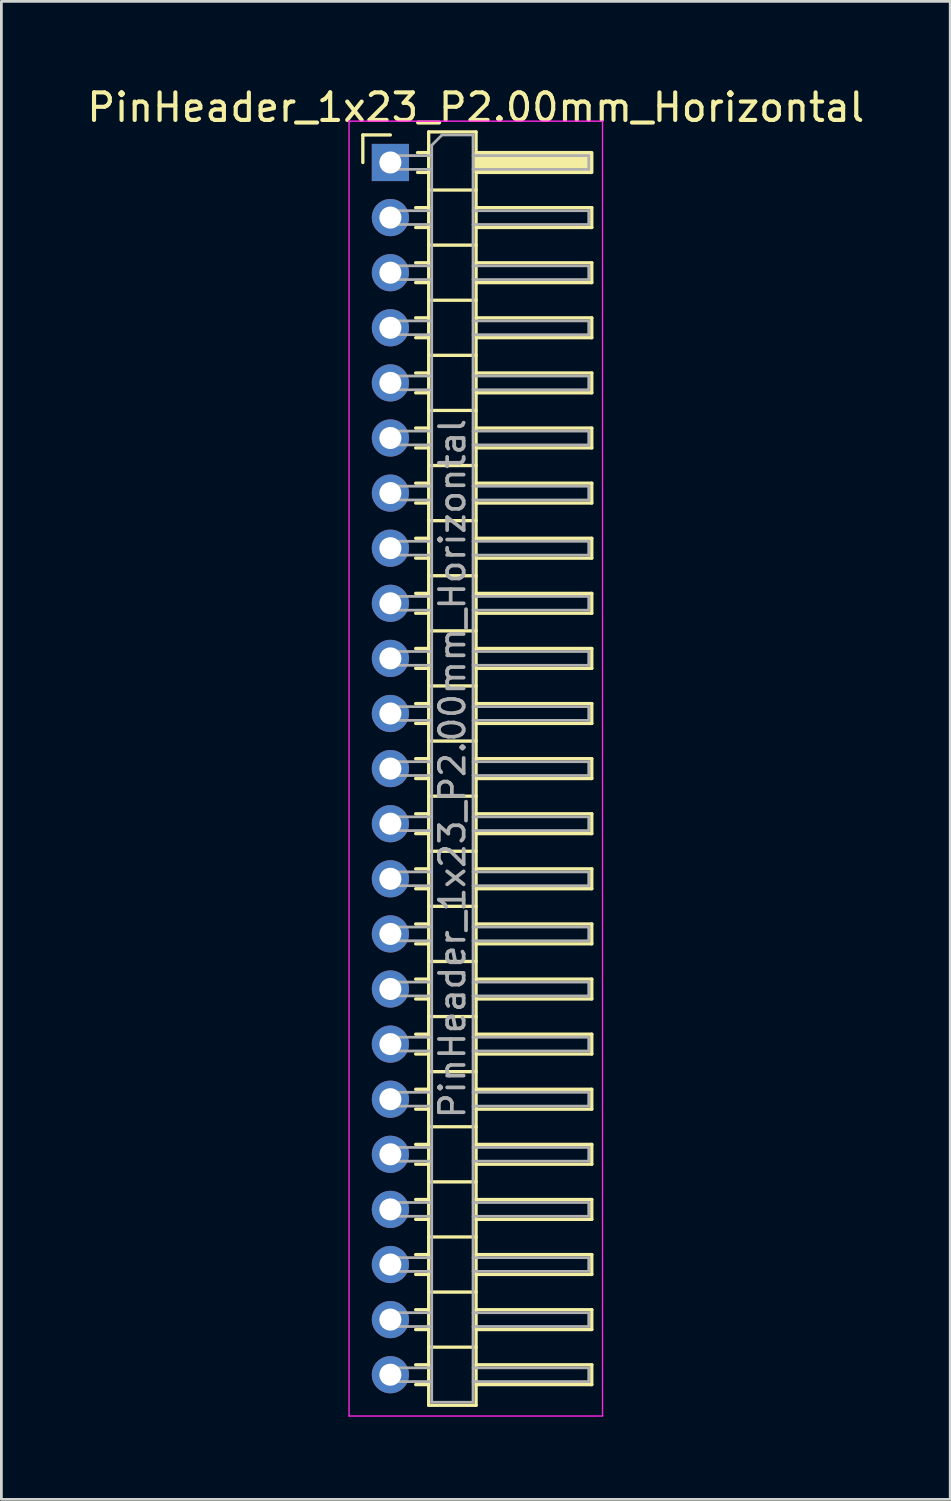
<source format=kicad_pcb>
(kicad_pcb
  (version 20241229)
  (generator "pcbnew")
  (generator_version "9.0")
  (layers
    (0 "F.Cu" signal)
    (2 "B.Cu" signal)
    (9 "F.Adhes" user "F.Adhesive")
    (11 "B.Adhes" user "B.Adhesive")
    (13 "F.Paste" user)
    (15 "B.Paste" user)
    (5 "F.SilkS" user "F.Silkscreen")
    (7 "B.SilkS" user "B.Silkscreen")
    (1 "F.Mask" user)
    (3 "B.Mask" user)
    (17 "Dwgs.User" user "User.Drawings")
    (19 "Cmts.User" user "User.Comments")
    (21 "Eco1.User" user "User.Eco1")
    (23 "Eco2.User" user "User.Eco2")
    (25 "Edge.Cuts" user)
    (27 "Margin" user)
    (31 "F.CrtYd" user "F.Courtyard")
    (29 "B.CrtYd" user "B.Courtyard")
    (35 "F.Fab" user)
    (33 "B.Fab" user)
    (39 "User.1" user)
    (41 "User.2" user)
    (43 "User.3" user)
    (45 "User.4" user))
  (footprint "PinHeader_1x23_P2.00mm_Horizontal"
    (layer "F.Cu")
    (at 11.12 2.848)
    (property "Reference" "PinHeader_1x23_P2.00mm_Horizontal" (at 3.1 -2 0) (layer "F.SilkS") (effects (font (size 1 1) (thickness 0.15))))
    (attr through_hole)
    (fp_line (start -1 -1) (end 0 -1) (stroke (width 0.12) (type solid)) (layer "F.SilkS"))
    (fp_line (start -1 0) (end -1 -1) (stroke (width 0.12) (type solid)) (layer "F.SilkS"))
    (fp_line (start 0.917 1.64) (end 1.39 1.64) (stroke (width 0.12) (type solid)) (layer "F.SilkS"))
    (fp_line (start 0.917 2.36) (end 1.39 2.36) (stroke (width 0.12) (type solid)) (layer "F.SilkS"))
    (fp_line (start 0.917 3.64) (end 1.39 3.64) (stroke (width 0.12) (type solid)) (layer "F.SilkS"))
    (fp_line (start 0.917 4.36) (end 1.39 4.36) (stroke (width 0.12) (type solid)) (layer "F.SilkS"))
    (fp_line (start 0.917 5.64) (end 1.39 5.64) (stroke (width 0.12) (type solid)) (layer "F.SilkS"))
    (fp_line (start 0.917 6.36) (end 1.39 6.36) (stroke (width 0.12) (type solid)) (layer "F.SilkS"))
    (fp_line (start 0.917 7.64) (end 1.39 7.64) (stroke (width 0.12) (type solid)) (layer "F.SilkS"))
    (fp_line (start 0.917 8.36) (end 1.39 8.36) (stroke (width 0.12) (type solid)) (layer "F.SilkS"))
    (fp_line (start 0.917 9.64) (end 1.39 9.64) (stroke (width 0.12) (type solid)) (layer "F.SilkS"))
    (fp_line (start 0.917 10.36) (end 1.39 10.36) (stroke (width 0.12) (type solid)) (layer "F.SilkS"))
    (fp_line (start 0.917 11.64) (end 1.39 11.64) (stroke (width 0.12) (type solid)) (layer "F.SilkS"))
    (fp_line (start 0.917 12.36) (end 1.39 12.36) (stroke (width 0.12) (type solid)) (layer "F.SilkS"))
    (fp_line (start 0.917 13.64) (end 1.39 13.64) (stroke (width 0.12) (type solid)) (layer "F.SilkS"))
    (fp_line (start 0.917 14.36) (end 1.39 14.36) (stroke (width 0.12) (type solid)) (layer "F.SilkS"))
    (fp_line (start 0.917 15.64) (end 1.39 15.64) (stroke (width 0.12) (type solid)) (layer "F.SilkS"))
    (fp_line (start 0.917 16.36) (end 1.39 16.36) (stroke (width 0.12) (type solid)) (layer "F.SilkS"))
    (fp_line (start 0.917 17.64) (end 1.39 17.64) (stroke (width 0.12) (type solid)) (layer "F.SilkS"))
    (fp_line (start 0.917 18.36) (end 1.39 18.36) (stroke (width 0.12) (type solid)) (layer "F.SilkS"))
    (fp_line (start 0.917 19.64) (end 1.39 19.64) (stroke (width 0.12) (type solid)) (layer "F.SilkS"))
    (fp_line (start 0.917 20.36) (end 1.39 20.36) (stroke (width 0.12) (type solid)) (layer "F.SilkS"))
    (fp_line (start 0.917 21.64) (end 1.39 21.64) (stroke (width 0.12) (type solid)) (layer "F.SilkS"))
    (fp_line (start 0.917 22.36) (end 1.39 22.36) (stroke (width 0.12) (type solid)) (layer "F.SilkS"))
    (fp_line (start 0.917 23.64) (end 1.39 23.64) (stroke (width 0.12) (type solid)) (layer "F.SilkS"))
    (fp_line (start 0.917 24.36) (end 1.39 24.36) (stroke (width 0.12) (type solid)) (layer "F.SilkS"))
    (fp_line (start 0.917 25.64) (end 1.39 25.64) (stroke (width 0.12) (type solid)) (layer "F.SilkS"))
    (fp_line (start 0.917 26.36) (end 1.39 26.36) (stroke (width 0.12) (type solid)) (layer "F.SilkS"))
    (fp_line (start 0.917 27.64) (end 1.39 27.64) (stroke (width 0.12) (type solid)) (layer "F.SilkS"))
    (fp_line (start 0.917 28.36) (end 1.39 28.36) (stroke (width 0.12) (type solid)) (layer "F.SilkS"))
    (fp_line (start 0.917 29.64) (end 1.39 29.64) (stroke (width 0.12) (type solid)) (layer "F.SilkS"))
    (fp_line (start 0.917 30.36) (end 1.39 30.36) (stroke (width 0.12) (type solid)) (layer "F.SilkS"))
    (fp_line (start 0.917 31.64) (end 1.39 31.64) (stroke (width 0.12) (type solid)) (layer "F.SilkS"))
    (fp_line (start 0.917 32.36) (end 1.39 32.36) (stroke (width 0.12) (type solid)) (layer "F.SilkS"))
    (fp_line (start 0.917 33.64) (end 1.39 33.64) (stroke (width 0.12) (type solid)) (layer "F.SilkS"))
    (fp_line (start 0.917 34.36) (end 1.39 34.36) (stroke (width 0.12) (type solid)) (layer "F.SilkS"))
    (fp_line (start 0.917 35.64) (end 1.39 35.64) (stroke (width 0.12) (type solid)) (layer "F.SilkS"))
    (fp_line (start 0.917 36.36) (end 1.39 36.36) (stroke (width 0.12) (type solid)) (layer "F.SilkS"))
    (fp_line (start 0.917 37.64) (end 1.39 37.64) (stroke (width 0.12) (type solid)) (layer "F.SilkS"))
    (fp_line (start 0.917 38.36) (end 1.39 38.36) (stroke (width 0.12) (type solid)) (layer "F.SilkS"))
    (fp_line (start 0.917 39.64) (end 1.39 39.64) (stroke (width 0.12) (type solid)) (layer "F.SilkS"))
    (fp_line (start 0.917 40.36) (end 1.39 40.36) (stroke (width 0.12) (type solid)) (layer "F.SilkS"))
    (fp_line (start 0.917 41.64) (end 1.39 41.64) (stroke (width 0.12) (type solid)) (layer "F.SilkS"))
    (fp_line (start 0.917 42.36) (end 1.39 42.36) (stroke (width 0.12) (type solid)) (layer "F.SilkS"))
    (fp_line (start 0.917 43.64) (end 1.39 43.64) (stroke (width 0.12) (type solid)) (layer "F.SilkS"))
    (fp_line (start 0.917 44.36) (end 1.39 44.36) (stroke (width 0.12) (type solid)) (layer "F.SilkS"))
    (fp_line (start 0.985 -0.36) (end 1.39 -0.36) (stroke (width 0.12) (type solid)) (layer "F.SilkS"))
    (fp_line (start 0.985 0.36) (end 1.39 0.36) (stroke (width 0.12) (type solid)) (layer "F.SilkS"))
    (fp_line (start 1.39 -1.11) (end 1.39 45.11) (stroke (width 0.12) (type solid)) (layer "F.SilkS"))
    (fp_line (start 1.39 1) (end 3.11 1) (stroke (width 0.12) (type solid)) (layer "F.SilkS"))
    (fp_line (start 1.39 3) (end 3.11 3) (stroke (width 0.12) (type solid)) (layer "F.SilkS"))
    (fp_line (start 1.39 5) (end 3.11 5) (stroke (width 0.12) (type solid)) (layer "F.SilkS"))
    (fp_line (start 1.39 7) (end 3.11 7) (stroke (width 0.12) (type solid)) (layer "F.SilkS"))
    (fp_line (start 1.39 9) (end 3.11 9) (stroke (width 0.12) (type solid)) (layer "F.SilkS"))
    (fp_line (start 1.39 11) (end 3.11 11) (stroke (width 0.12) (type solid)) (layer "F.SilkS"))
    (fp_line (start 1.39 13) (end 3.11 13) (stroke (width 0.12) (type solid)) (layer "F.SilkS"))
    (fp_line (start 1.39 15) (end 3.11 15) (stroke (width 0.12) (type solid)) (layer "F.SilkS"))
    (fp_line (start 1.39 17) (end 3.11 17) (stroke (width 0.12) (type solid)) (layer "F.SilkS"))
    (fp_line (start 1.39 19) (end 3.11 19) (stroke (width 0.12) (type solid)) (layer "F.SilkS"))
    (fp_line (start 1.39 21) (end 3.11 21) (stroke (width 0.12) (type solid)) (layer "F.SilkS"))
    (fp_line (start 1.39 23) (end 3.11 23) (stroke (width 0.12) (type solid)) (layer "F.SilkS"))
    (fp_line (start 1.39 25) (end 3.11 25) (stroke (width 0.12) (type solid)) (layer "F.SilkS"))
    (fp_line (start 1.39 27) (end 3.11 27) (stroke (width 0.12) (type solid)) (layer "F.SilkS"))
    (fp_line (start 1.39 29) (end 3.11 29) (stroke (width 0.12) (type solid)) (layer "F.SilkS"))
    (fp_line (start 1.39 31) (end 3.11 31) (stroke (width 0.12) (type solid)) (layer "F.SilkS"))
    (fp_line (start 1.39 33) (end 3.11 33) (stroke (width 0.12) (type solid)) (layer "F.SilkS"))
    (fp_line (start 1.39 35) (end 3.11 35) (stroke (width 0.12) (type solid)) (layer "F.SilkS"))
    (fp_line (start 1.39 37) (end 3.11 37) (stroke (width 0.12) (type solid)) (layer "F.SilkS"))
    (fp_line (start 1.39 39) (end 3.11 39) (stroke (width 0.12) (type solid)) (layer "F.SilkS"))
    (fp_line (start 1.39 41) (end 3.11 41) (stroke (width 0.12) (type solid)) (layer "F.SilkS"))
    (fp_line (start 1.39 43) (end 3.11 43) (stroke (width 0.12) (type solid)) (layer "F.SilkS"))
    (fp_line (start 1.39 45.11) (end 3.11 45.11) (stroke (width 0.12) (type solid)) (layer "F.SilkS"))
    (fp_line (start 3.11 -1.11) (end 1.39 -1.11) (stroke (width 0.12) (type solid)) (layer "F.SilkS"))
    (fp_line (start 3.11 1.64) (end 7.31 1.64) (stroke (width 0.12) (type solid)) (layer "F.SilkS"))
    (fp_line (start 3.11 3.64) (end 7.31 3.64) (stroke (width 0.12) (type solid)) (layer "F.SilkS"))
    (fp_line (start 3.11 5.64) (end 7.31 5.64) (stroke (width 0.12) (type solid)) (layer "F.SilkS"))
    (fp_line (start 3.11 7.64) (end 7.31 7.64) (stroke (width 0.12) (type solid)) (layer "F.SilkS"))
    (fp_line (start 3.11 9.64) (end 7.31 9.64) (stroke (width 0.12) (type solid)) (layer "F.SilkS"))
    (fp_line (start 3.11 11.64) (end 7.31 11.64) (stroke (width 0.12) (type solid)) (layer "F.SilkS"))
    (fp_line (start 3.11 13.64) (end 7.31 13.64) (stroke (width 0.12) (type solid)) (layer "F.SilkS"))
    (fp_line (start 3.11 15.64) (end 7.31 15.64) (stroke (width 0.12) (type solid)) (layer "F.SilkS"))
    (fp_line (start 3.11 17.64) (end 7.31 17.64) (stroke (width 0.12) (type solid)) (layer "F.SilkS"))
    (fp_line (start 3.11 19.64) (end 7.31 19.64) (stroke (width 0.12) (type solid)) (layer "F.SilkS"))
    (fp_line (start 3.11 21.64) (end 7.31 21.64) (stroke (width 0.12) (type solid)) (layer "F.SilkS"))
    (fp_line (start 3.11 23.64) (end 7.31 23.64) (stroke (width 0.12) (type solid)) (layer "F.SilkS"))
    (fp_line (start 3.11 25.64) (end 7.31 25.64) (stroke (width 0.12) (type solid)) (layer "F.SilkS"))
    (fp_line (start 3.11 27.64) (end 7.31 27.64) (stroke (width 0.12) (type solid)) (layer "F.SilkS"))
    (fp_line (start 3.11 29.64) (end 7.31 29.64) (stroke (width 0.12) (type solid)) (layer "F.SilkS"))
    (fp_line (start 3.11 31.64) (end 7.31 31.64) (stroke (width 0.12) (type solid)) (layer "F.SilkS"))
    (fp_line (start 3.11 33.64) (end 7.31 33.64) (stroke (width 0.12) (type solid)) (layer "F.SilkS"))
    (fp_line (start 3.11 35.64) (end 7.31 35.64) (stroke (width 0.12) (type solid)) (layer "F.SilkS"))
    (fp_line (start 3.11 37.64) (end 7.31 37.64) (stroke (width 0.12) (type solid)) (layer "F.SilkS"))
    (fp_line (start 3.11 39.64) (end 7.31 39.64) (stroke (width 0.12) (type solid)) (layer "F.SilkS"))
    (fp_line (start 3.11 41.64) (end 7.31 41.64) (stroke (width 0.12) (type solid)) (layer "F.SilkS"))
    (fp_line (start 3.11 43.64) (end 7.31 43.64) (stroke (width 0.12) (type solid)) (layer "F.SilkS"))
    (fp_line (start 3.11 45.11) (end 3.11 -1.11) (stroke (width 0.12) (type solid)) (layer "F.SilkS"))
    (fp_line (start 7.31 1.64) (end 7.31 2.36) (stroke (width 0.12) (type solid)) (layer "F.SilkS"))
    (fp_line (start 7.31 2.36) (end 3.11 2.36) (stroke (width 0.12) (type solid)) (layer "F.SilkS"))
    (fp_line (start 7.31 3.64) (end 7.31 4.36) (stroke (width 0.12) (type solid)) (layer "F.SilkS"))
    (fp_line (start 7.31 4.36) (end 3.11 4.36) (stroke (width 0.12) (type solid)) (layer "F.SilkS"))
    (fp_line (start 7.31 5.64) (end 7.31 6.36) (stroke (width 0.12) (type solid)) (layer "F.SilkS"))
    (fp_line (start 7.31 6.36) (end 3.11 6.36) (stroke (width 0.12) (type solid)) (layer "F.SilkS"))
    (fp_line (start 7.31 7.64) (end 7.31 8.36) (stroke (width 0.12) (type solid)) (layer "F.SilkS"))
    (fp_line (start 7.31 8.36) (end 3.11 8.36) (stroke (width 0.12) (type solid)) (layer "F.SilkS"))
    (fp_line (start 7.31 9.64) (end 7.31 10.36) (stroke (width 0.12) (type solid)) (layer "F.SilkS"))
    (fp_line (start 7.31 10.36) (end 3.11 10.36) (stroke (width 0.12) (type solid)) (layer "F.SilkS"))
    (fp_line (start 7.31 11.64) (end 7.31 12.36) (stroke (width 0.12) (type solid)) (layer "F.SilkS"))
    (fp_line (start 7.31 12.36) (end 3.11 12.36) (stroke (width 0.12) (type solid)) (layer "F.SilkS"))
    (fp_line (start 7.31 13.64) (end 7.31 14.36) (stroke (width 0.12) (type solid)) (layer "F.SilkS"))
    (fp_line (start 7.31 14.36) (end 3.11 14.36) (stroke (width 0.12) (type solid)) (layer "F.SilkS"))
    (fp_line (start 7.31 15.64) (end 7.31 16.36) (stroke (width 0.12) (type solid)) (layer "F.SilkS"))
    (fp_line (start 7.31 16.36) (end 3.11 16.36) (stroke (width 0.12) (type solid)) (layer "F.SilkS"))
    (fp_line (start 7.31 17.64) (end 7.31 18.36) (stroke (width 0.12) (type solid)) (layer "F.SilkS"))
    (fp_line (start 7.31 18.36) (end 3.11 18.36) (stroke (width 0.12) (type solid)) (layer "F.SilkS"))
    (fp_line (start 7.31 19.64) (end 7.31 20.36) (stroke (width 0.12) (type solid)) (layer "F.SilkS"))
    (fp_line (start 7.31 20.36) (end 3.11 20.36) (stroke (width 0.12) (type solid)) (layer "F.SilkS"))
    (fp_line (start 7.31 21.64) (end 7.31 22.36) (stroke (width 0.12) (type solid)) (layer "F.SilkS"))
    (fp_line (start 7.31 22.36) (end 3.11 22.36) (stroke (width 0.12) (type solid)) (layer "F.SilkS"))
    (fp_line (start 7.31 23.64) (end 7.31 24.36) (stroke (width 0.12) (type solid)) (layer "F.SilkS"))
    (fp_line (start 7.31 24.36) (end 3.11 24.36) (stroke (width 0.12) (type solid)) (layer "F.SilkS"))
    (fp_line (start 7.31 25.64) (end 7.31 26.36) (stroke (width 0.12) (type solid)) (layer "F.SilkS"))
    (fp_line (start 7.31 26.36) (end 3.11 26.36) (stroke (width 0.12) (type solid)) (layer "F.SilkS"))
    (fp_line (start 7.31 27.64) (end 7.31 28.36) (stroke (width 0.12) (type solid)) (layer "F.SilkS"))
    (fp_line (start 7.31 28.36) (end 3.11 28.36) (stroke (width 0.12) (type solid)) (layer "F.SilkS"))
    (fp_line (start 7.31 29.64) (end 7.31 30.36) (stroke (width 0.12) (type solid)) (layer "F.SilkS"))
    (fp_line (start 7.31 30.36) (end 3.11 30.36) (stroke (width 0.12) (type solid)) (layer "F.SilkS"))
    (fp_line (start 7.31 31.64) (end 7.31 32.36) (stroke (width 0.12) (type solid)) (layer "F.SilkS"))
    (fp_line (start 7.31 32.36) (end 3.11 32.36) (stroke (width 0.12) (type solid)) (layer "F.SilkS"))
    (fp_line (start 7.31 33.64) (end 7.31 34.36) (stroke (width 0.12) (type solid)) (layer "F.SilkS"))
    (fp_line (start 7.31 34.36) (end 3.11 34.36) (stroke (width 0.12) (type solid)) (layer "F.SilkS"))
    (fp_line (start 7.31 35.64) (end 7.31 36.36) (stroke (width 0.12) (type solid)) (layer "F.SilkS"))
    (fp_line (start 7.31 36.36) (end 3.11 36.36) (stroke (width 0.12) (type solid)) (layer "F.SilkS"))
    (fp_line (start 7.31 37.64) (end 7.31 38.36) (stroke (width 0.12) (type solid)) (layer "F.SilkS"))
    (fp_line (start 7.31 38.36) (end 3.11 38.36) (stroke (width 0.12) (type solid)) (layer "F.SilkS"))
    (fp_line (start 7.31 39.64) (end 7.31 40.36) (stroke (width 0.12) (type solid)) (layer "F.SilkS"))
    (fp_line (start 7.31 40.36) (end 3.11 40.36) (stroke (width 0.12) (type solid)) (layer "F.SilkS"))
    (fp_line (start 7.31 41.64) (end 7.31 42.36) (stroke (width 0.12) (type solid)) (layer "F.SilkS"))
    (fp_line (start 7.31 42.36) (end 3.11 42.36) (stroke (width 0.12) (type solid)) (layer "F.SilkS"))
    (fp_line (start 7.31 43.64) (end 7.31 44.36) (stroke (width 0.12) (type solid)) (layer "F.SilkS"))
    (fp_line (start 7.31 44.36) (end 3.11 44.36) (stroke (width 0.12) (type solid)) (layer "F.SilkS"))
    (fp_rect (start 3.11 -0.36) (end 7.31 0.36) (stroke (width 0.12) (type solid)) (fill yes) (layer "F.SilkS"))
    (fp_line (start -1.5 -1.5) (end -1.5 45.5) (stroke (width 0.05) (type solid)) (layer "F.CrtYd"))
    (fp_line (start -1.5 45.5) (end 7.7 45.5) (stroke (width 0.05) (type solid)) (layer "F.CrtYd"))
    (fp_line (start 7.7 -1.5) (end -1.5 -1.5) (stroke (width 0.05) (type solid)) (layer "F.CrtYd"))
    (fp_line (start 7.7 45.5) (end 7.7 -1.5) (stroke (width 0.05) (type solid)) (layer "F.CrtYd"))
    (fp_line (start -0.25 -0.25) (end -0.25 0.25) (stroke (width 0.1) (type solid)) (layer "F.Fab"))
    (fp_line (start -0.25 -0.25) (end 1.5 -0.25) (stroke (width 0.1) (type solid)) (layer "F.Fab"))
    (fp_line (start -0.25 0.25) (end 1.5 0.25) (stroke (width 0.1) (type solid)) (layer "F.Fab"))
    (fp_line (start -0.25 1.75) (end -0.25 2.25) (stroke (width 0.1) (type solid)) (layer "F.Fab"))
    (fp_line (start -0.25 1.75) (end 1.5 1.75) (stroke (width 0.1) (type solid)) (layer "F.Fab"))
    (fp_line (start -0.25 2.25) (end 1.5 2.25) (stroke (width 0.1) (type solid)) (layer "F.Fab"))
    (fp_line (start -0.25 3.75) (end -0.25 4.25) (stroke (width 0.1) (type solid)) (layer "F.Fab"))
    (fp_line (start -0.25 3.75) (end 1.5 3.75) (stroke (width 0.1) (type solid)) (layer "F.Fab"))
    (fp_line (start -0.25 4.25) (end 1.5 4.25) (stroke (width 0.1) (type solid)) (layer "F.Fab"))
    (fp_line (start -0.25 5.75) (end -0.25 6.25) (stroke (width 0.1) (type solid)) (layer "F.Fab"))
    (fp_line (start -0.25 5.75) (end 1.5 5.75) (stroke (width 0.1) (type solid)) (layer "F.Fab"))
    (fp_line (start -0.25 6.25) (end 1.5 6.25) (stroke (width 0.1) (type solid)) (layer "F.Fab"))
    (fp_line (start -0.25 7.75) (end -0.25 8.25) (stroke (width 0.1) (type solid)) (layer "F.Fab"))
    (fp_line (start -0.25 7.75) (end 1.5 7.75) (stroke (width 0.1) (type solid)) (layer "F.Fab"))
    (fp_line (start -0.25 8.25) (end 1.5 8.25) (stroke (width 0.1) (type solid)) (layer "F.Fab"))
    (fp_line (start -0.25 9.75) (end -0.25 10.25) (stroke (width 0.1) (type solid)) (layer "F.Fab"))
    (fp_line (start -0.25 9.75) (end 1.5 9.75) (stroke (width 0.1) (type solid)) (layer "F.Fab"))
    (fp_line (start -0.25 10.25) (end 1.5 10.25) (stroke (width 0.1) (type solid)) (layer "F.Fab"))
    (fp_line (start -0.25 11.75) (end -0.25 12.25) (stroke (width 0.1) (type solid)) (layer "F.Fab"))
    (fp_line (start -0.25 11.75) (end 1.5 11.75) (stroke (width 0.1) (type solid)) (layer "F.Fab"))
    (fp_line (start -0.25 12.25) (end 1.5 12.25) (stroke (width 0.1) (type solid)) (layer "F.Fab"))
    (fp_line (start -0.25 13.75) (end -0.25 14.25) (stroke (width 0.1) (type solid)) (layer "F.Fab"))
    (fp_line (start -0.25 13.75) (end 1.5 13.75) (stroke (width 0.1) (type solid)) (layer "F.Fab"))
    (fp_line (start -0.25 14.25) (end 1.5 14.25) (stroke (width 0.1) (type solid)) (layer "F.Fab"))
    (fp_line (start -0.25 15.75) (end -0.25 16.25) (stroke (width 0.1) (type solid)) (layer "F.Fab"))
    (fp_line (start -0.25 15.75) (end 1.5 15.75) (stroke (width 0.1) (type solid)) (layer "F.Fab"))
    (fp_line (start -0.25 16.25) (end 1.5 16.25) (stroke (width 0.1) (type solid)) (layer "F.Fab"))
    (fp_line (start -0.25 17.75) (end -0.25 18.25) (stroke (width 0.1) (type solid)) (layer "F.Fab"))
    (fp_line (start -0.25 17.75) (end 1.5 17.75) (stroke (width 0.1) (type solid)) (layer "F.Fab"))
    (fp_line (start -0.25 18.25) (end 1.5 18.25) (stroke (width 0.1) (type solid)) (layer "F.Fab"))
    (fp_line (start -0.25 19.75) (end -0.25 20.25) (stroke (width 0.1) (type solid)) (layer "F.Fab"))
    (fp_line (start -0.25 19.75) (end 1.5 19.75) (stroke (width 0.1) (type solid)) (layer "F.Fab"))
    (fp_line (start -0.25 20.25) (end 1.5 20.25) (stroke (width 0.1) (type solid)) (layer "F.Fab"))
    (fp_line (start -0.25 21.75) (end -0.25 22.25) (stroke (width 0.1) (type solid)) (layer "F.Fab"))
    (fp_line (start -0.25 21.75) (end 1.5 21.75) (stroke (width 0.1) (type solid)) (layer "F.Fab"))
    (fp_line (start -0.25 22.25) (end 1.5 22.25) (stroke (width 0.1) (type solid)) (layer "F.Fab"))
    (fp_line (start -0.25 23.75) (end -0.25 24.25) (stroke (width 0.1) (type solid)) (layer "F.Fab"))
    (fp_line (start -0.25 23.75) (end 1.5 23.75) (stroke (width 0.1) (type solid)) (layer "F.Fab"))
    (fp_line (start -0.25 24.25) (end 1.5 24.25) (stroke (width 0.1) (type solid)) (layer "F.Fab"))
    (fp_line (start -0.25 25.75) (end -0.25 26.25) (stroke (width 0.1) (type solid)) (layer "F.Fab"))
    (fp_line (start -0.25 25.75) (end 1.5 25.75) (stroke (width 0.1) (type solid)) (layer "F.Fab"))
    (fp_line (start -0.25 26.25) (end 1.5 26.25) (stroke (width 0.1) (type solid)) (layer "F.Fab"))
    (fp_line (start -0.25 27.75) (end -0.25 28.25) (stroke (width 0.1) (type solid)) (layer "F.Fab"))
    (fp_line (start -0.25 27.75) (end 1.5 27.75) (stroke (width 0.1) (type solid)) (layer "F.Fab"))
    (fp_line (start -0.25 28.25) (end 1.5 28.25) (stroke (width 0.1) (type solid)) (layer "F.Fab"))
    (fp_line (start -0.25 29.75) (end -0.25 30.25) (stroke (width 0.1) (type solid)) (layer "F.Fab"))
    (fp_line (start -0.25 29.75) (end 1.5 29.75) (stroke (width 0.1) (type solid)) (layer "F.Fab"))
    (fp_line (start -0.25 30.25) (end 1.5 30.25) (stroke (width 0.1) (type solid)) (layer "F.Fab"))
    (fp_line (start -0.25 31.75) (end -0.25 32.25) (stroke (width 0.1) (type solid)) (layer "F.Fab"))
    (fp_line (start -0.25 31.75) (end 1.5 31.75) (stroke (width 0.1) (type solid)) (layer "F.Fab"))
    (fp_line (start -0.25 32.25) (end 1.5 32.25) (stroke (width 0.1) (type solid)) (layer "F.Fab"))
    (fp_line (start -0.25 33.75) (end -0.25 34.25) (stroke (width 0.1) (type solid)) (layer "F.Fab"))
    (fp_line (start -0.25 33.75) (end 1.5 33.75) (stroke (width 0.1) (type solid)) (layer "F.Fab"))
    (fp_line (start -0.25 34.25) (end 1.5 34.25) (stroke (width 0.1) (type solid)) (layer "F.Fab"))
    (fp_line (start -0.25 35.75) (end -0.25 36.25) (stroke (width 0.1) (type solid)) (layer "F.Fab"))
    (fp_line (start -0.25 35.75) (end 1.5 35.75) (stroke (width 0.1) (type solid)) (layer "F.Fab"))
    (fp_line (start -0.25 36.25) (end 1.5 36.25) (stroke (width 0.1) (type solid)) (layer "F.Fab"))
    (fp_line (start -0.25 37.75) (end -0.25 38.25) (stroke (width 0.1) (type solid)) (layer "F.Fab"))
    (fp_line (start -0.25 37.75) (end 1.5 37.75) (stroke (width 0.1) (type solid)) (layer "F.Fab"))
    (fp_line (start -0.25 38.25) (end 1.5 38.25) (stroke (width 0.1) (type solid)) (layer "F.Fab"))
    (fp_line (start -0.25 39.75) (end -0.25 40.25) (stroke (width 0.1) (type solid)) (layer "F.Fab"))
    (fp_line (start -0.25 39.75) (end 1.5 39.75) (stroke (width 0.1) (type solid)) (layer "F.Fab"))
    (fp_line (start -0.25 40.25) (end 1.5 40.25) (stroke (width 0.1) (type solid)) (layer "F.Fab"))
    (fp_line (start -0.25 41.75) (end -0.25 42.25) (stroke (width 0.1) (type solid)) (layer "F.Fab"))
    (fp_line (start -0.25 41.75) (end 1.5 41.75) (stroke (width 0.1) (type solid)) (layer "F.Fab"))
    (fp_line (start -0.25 42.25) (end 1.5 42.25) (stroke (width 0.1) (type solid)) (layer "F.Fab"))
    (fp_line (start -0.25 43.75) (end -0.25 44.25) (stroke (width 0.1) (type solid)) (layer "F.Fab"))
    (fp_line (start -0.25 43.75) (end 1.5 43.75) (stroke (width 0.1) (type solid)) (layer "F.Fab"))
    (fp_line (start -0.25 44.25) (end 1.5 44.25) (stroke (width 0.1) (type solid)) (layer "F.Fab"))
    (fp_line (start 1.5 -0.625) (end 1.875 -1) (stroke (width 0.1) (type solid)) (layer "F.Fab"))
    (fp_line (start 1.5 45) (end 1.5 -0.625) (stroke (width 0.1) (type solid)) (layer "F.Fab"))
    (fp_line (start 1.875 -1) (end 3 -1) (stroke (width 0.1) (type solid)) (layer "F.Fab"))
    (fp_line (start 3 -1) (end 3 45) (stroke (width 0.1) (type solid)) (layer "F.Fab"))
    (fp_line (start 3 -0.25) (end 7.2 -0.25) (stroke (width 0.1) (type solid)) (layer "F.Fab"))
    (fp_line (start 3 0.25) (end 7.2 0.25) (stroke (width 0.1) (type solid)) (layer "F.Fab"))
    (fp_line (start 3 1.75) (end 7.2 1.75) (stroke (width 0.1) (type solid)) (layer "F.Fab"))
    (fp_line (start 3 2.25) (end 7.2 2.25) (stroke (width 0.1) (type solid)) (layer "F.Fab"))
    (fp_line (start 3 3.75) (end 7.2 3.75) (stroke (width 0.1) (type solid)) (layer "F.Fab"))
    (fp_line (start 3 4.25) (end 7.2 4.25) (stroke (width 0.1) (type solid)) (layer "F.Fab"))
    (fp_line (start 3 5.75) (end 7.2 5.75) (stroke (width 0.1) (type solid)) (layer "F.Fab"))
    (fp_line (start 3 6.25) (end 7.2 6.25) (stroke (width 0.1) (type solid)) (layer "F.Fab"))
    (fp_line (start 3 7.75) (end 7.2 7.75) (stroke (width 0.1) (type solid)) (layer "F.Fab"))
    (fp_line (start 3 8.25) (end 7.2 8.25) (stroke (width 0.1) (type solid)) (layer "F.Fab"))
    (fp_line (start 3 9.75) (end 7.2 9.75) (stroke (width 0.1) (type solid)) (layer "F.Fab"))
    (fp_line (start 3 10.25) (end 7.2 10.25) (stroke (width 0.1) (type solid)) (layer "F.Fab"))
    (fp_line (start 3 11.75) (end 7.2 11.75) (stroke (width 0.1) (type solid)) (layer "F.Fab"))
    (fp_line (start 3 12.25) (end 7.2 12.25) (stroke (width 0.1) (type solid)) (layer "F.Fab"))
    (fp_line (start 3 13.75) (end 7.2 13.75) (stroke (width 0.1) (type solid)) (layer "F.Fab"))
    (fp_line (start 3 14.25) (end 7.2 14.25) (stroke (width 0.1) (type solid)) (layer "F.Fab"))
    (fp_line (start 3 15.75) (end 7.2 15.75) (stroke (width 0.1) (type solid)) (layer "F.Fab"))
    (fp_line (start 3 16.25) (end 7.2 16.25) (stroke (width 0.1) (type solid)) (layer "F.Fab"))
    (fp_line (start 3 17.75) (end 7.2 17.75) (stroke (width 0.1) (type solid)) (layer "F.Fab"))
    (fp_line (start 3 18.25) (end 7.2 18.25) (stroke (width 0.1) (type solid)) (layer "F.Fab"))
    (fp_line (start 3 19.75) (end 7.2 19.75) (stroke (width 0.1) (type solid)) (layer "F.Fab"))
    (fp_line (start 3 20.25) (end 7.2 20.25) (stroke (width 0.1) (type solid)) (layer "F.Fab"))
    (fp_line (start 3 21.75) (end 7.2 21.75) (stroke (width 0.1) (type solid)) (layer "F.Fab"))
    (fp_line (start 3 22.25) (end 7.2 22.25) (stroke (width 0.1) (type solid)) (layer "F.Fab"))
    (fp_line (start 3 23.75) (end 7.2 23.75) (stroke (width 0.1) (type solid)) (layer "F.Fab"))
    (fp_line (start 3 24.25) (end 7.2 24.25) (stroke (width 0.1) (type solid)) (layer "F.Fab"))
    (fp_line (start 3 25.75) (end 7.2 25.75) (stroke (width 0.1) (type solid)) (layer "F.Fab"))
    (fp_line (start 3 26.25) (end 7.2 26.25) (stroke (width 0.1) (type solid)) (layer "F.Fab"))
    (fp_line (start 3 27.75) (end 7.2 27.75) (stroke (width 0.1) (type solid)) (layer "F.Fab"))
    (fp_line (start 3 28.25) (end 7.2 28.25) (stroke (width 0.1) (type solid)) (layer "F.Fab"))
    (fp_line (start 3 29.75) (end 7.2 29.75) (stroke (width 0.1) (type solid)) (layer "F.Fab"))
    (fp_line (start 3 30.25) (end 7.2 30.25) (stroke (width 0.1) (type solid)) (layer "F.Fab"))
    (fp_line (start 3 31.75) (end 7.2 31.75) (stroke (width 0.1) (type solid)) (layer "F.Fab"))
    (fp_line (start 3 32.25) (end 7.2 32.25) (stroke (width 0.1) (type solid)) (layer "F.Fab"))
    (fp_line (start 3 33.75) (end 7.2 33.75) (stroke (width 0.1) (type solid)) (layer "F.Fab"))
    (fp_line (start 3 34.25) (end 7.2 34.25) (stroke (width 0.1) (type solid)) (layer "F.Fab"))
    (fp_line (start 3 35.75) (end 7.2 35.75) (stroke (width 0.1) (type solid)) (layer "F.Fab"))
    (fp_line (start 3 36.25) (end 7.2 36.25) (stroke (width 0.1) (type solid)) (layer "F.Fab"))
    (fp_line (start 3 37.75) (end 7.2 37.75) (stroke (width 0.1) (type solid)) (layer "F.Fab"))
    (fp_line (start 3 38.25) (end 7.2 38.25) (stroke (width 0.1) (type solid)) (layer "F.Fab"))
    (fp_line (start 3 39.75) (end 7.2 39.75) (stroke (width 0.1) (type solid)) (layer "F.Fab"))
    (fp_line (start 3 40.25) (end 7.2 40.25) (stroke (width 0.1) (type solid)) (layer "F.Fab"))
    (fp_line (start 3 41.75) (end 7.2 41.75) (stroke (width 0.1) (type solid)) (layer "F.Fab"))
    (fp_line (start 3 42.25) (end 7.2 42.25) (stroke (width 0.1) (type solid)) (layer "F.Fab"))
    (fp_line (start 3 43.75) (end 7.2 43.75) (stroke (width 0.1) (type solid)) (layer "F.Fab"))
    (fp_line (start 3 44.25) (end 7.2 44.25) (stroke (width 0.1) (type solid)) (layer "F.Fab"))
    (fp_line (start 3 45) (end 1.5 45) (stroke (width 0.1) (type solid)) (layer "F.Fab"))
    (fp_line (start 7.2 -0.25) (end 7.2 0.25) (stroke (width 0.1) (type solid)) (layer "F.Fab"))
    (fp_line (start 7.2 1.75) (end 7.2 2.25) (stroke (width 0.1) (type solid)) (layer "F.Fab"))
    (fp_line (start 7.2 3.75) (end 7.2 4.25) (stroke (width 0.1) (type solid)) (layer "F.Fab"))
    (fp_line (start 7.2 5.75) (end 7.2 6.25) (stroke (width 0.1) (type solid)) (layer "F.Fab"))
    (fp_line (start 7.2 7.75) (end 7.2 8.25) (stroke (width 0.1) (type solid)) (layer "F.Fab"))
    (fp_line (start 7.2 9.75) (end 7.2 10.25) (stroke (width 0.1) (type solid)) (layer "F.Fab"))
    (fp_line (start 7.2 11.75) (end 7.2 12.25) (stroke (width 0.1) (type solid)) (layer "F.Fab"))
    (fp_line (start 7.2 13.75) (end 7.2 14.25) (stroke (width 0.1) (type solid)) (layer "F.Fab"))
    (fp_line (start 7.2 15.75) (end 7.2 16.25) (stroke (width 0.1) (type solid)) (layer "F.Fab"))
    (fp_line (start 7.2 17.75) (end 7.2 18.25) (stroke (width 0.1) (type solid)) (layer "F.Fab"))
    (fp_line (start 7.2 19.75) (end 7.2 20.25) (stroke (width 0.1) (type solid)) (layer "F.Fab"))
    (fp_line (start 7.2 21.75) (end 7.2 22.25) (stroke (width 0.1) (type solid)) (layer "F.Fab"))
    (fp_line (start 7.2 23.75) (end 7.2 24.25) (stroke (width 0.1) (type solid)) (layer "F.Fab"))
    (fp_line (start 7.2 25.75) (end 7.2 26.25) (stroke (width 0.1) (type solid)) (layer "F.Fab"))
    (fp_line (start 7.2 27.75) (end 7.2 28.25) (stroke (width 0.1) (type solid)) (layer "F.Fab"))
    (fp_line (start 7.2 29.75) (end 7.2 30.25) (stroke (width 0.1) (type solid)) (layer "F.Fab"))
    (fp_line (start 7.2 31.75) (end 7.2 32.25) (stroke (width 0.1) (type solid)) (layer "F.Fab"))
    (fp_line (start 7.2 33.75) (end 7.2 34.25) (stroke (width 0.1) (type solid)) (layer "F.Fab"))
    (fp_line (start 7.2 35.75) (end 7.2 36.25) (stroke (width 0.1) (type solid)) (layer "F.Fab"))
    (fp_line (start 7.2 37.75) (end 7.2 38.25) (stroke (width 0.1) (type solid)) (layer "F.Fab"))
    (fp_line (start 7.2 39.75) (end 7.2 40.25) (stroke (width 0.1) (type solid)) (layer "F.Fab"))
    (fp_line (start 7.2 41.75) (end 7.2 42.25) (stroke (width 0.1) (type solid)) (layer "F.Fab"))
    (fp_line (start 7.2 43.75) (end 7.2 44.25) (stroke (width 0.1) (type solid)) (layer "F.Fab"))
    (fp_text user "${REFERENCE}" (at 2.25 22 90) (layer "F.Fab") (effects (font (size 0.9 0.9) (thickness 0.135))))
    (pad "1" thru_hole rect (at 0 0) (size 1.35 1.35) (drill 0.8) (layers "*.Cu" "*.Mask"))
    (pad "2" thru_hole circle (at 0 2) (size 1.35 1.35) (drill 0.8) (layers "*.Cu" "*.Mask"))
    (pad "3" thru_hole circle (at 0 4) (size 1.35 1.35) (drill 0.8) (layers "*.Cu" "*.Mask"))
    (pad "4" thru_hole circle (at 0 6) (size 1.35 1.35) (drill 0.8) (layers "*.Cu" "*.Mask"))
    (pad "5" thru_hole circle (at 0 8) (size 1.35 1.35) (drill 0.8) (layers "*.Cu" "*.Mask"))
    (pad "6" thru_hole circle (at 0 10) (size 1.35 1.35) (drill 0.8) (layers "*.Cu" "*.Mask"))
    (pad "7" thru_hole circle (at 0 12) (size 1.35 1.35) (drill 0.8) (layers "*.Cu" "*.Mask"))
    (pad "8" thru_hole circle (at 0 14) (size 1.35 1.35) (drill 0.8) (layers "*.Cu" "*.Mask"))
    (pad "9" thru_hole circle (at 0 16) (size 1.35 1.35) (drill 0.8) (layers "*.Cu" "*.Mask"))
    (pad "10" thru_hole circle (at 0 18) (size 1.35 1.35) (drill 0.8) (layers "*.Cu" "*.Mask"))
    (pad "11" thru_hole circle (at 0 20) (size 1.35 1.35) (drill 0.8) (layers "*.Cu" "*.Mask"))
    (pad "12" thru_hole circle (at 0 22) (size 1.35 1.35) (drill 0.8) (layers "*.Cu" "*.Mask"))
    (pad "13" thru_hole circle (at 0 24) (size 1.35 1.35) (drill 0.8) (layers "*.Cu" "*.Mask"))
    (pad "14" thru_hole circle (at 0 26) (size 1.35 1.35) (drill 0.8) (layers "*.Cu" "*.Mask"))
    (pad "15" thru_hole circle (at 0 28) (size 1.35 1.35) (drill 0.8) (layers "*.Cu" "*.Mask"))
    (pad "16" thru_hole circle (at 0 30) (size 1.35 1.35) (drill 0.8) (layers "*.Cu" "*.Mask"))
    (pad "17" thru_hole circle (at 0 32) (size 1.35 1.35) (drill 0.8) (layers "*.Cu" "*.Mask"))
    (pad "18" thru_hole circle (at 0 34) (size 1.35 1.35) (drill 0.8) (layers "*.Cu" "*.Mask"))
    (pad "19" thru_hole circle (at 0 36) (size 1.35 1.35) (drill 0.8) (layers "*.Cu" "*.Mask"))
    (pad "20" thru_hole circle (at 0 38) (size 1.35 1.35) (drill 0.8) (layers "*.Cu" "*.Mask"))
    (pad "21" thru_hole circle (at 0 40) (size 1.35 1.35) (drill 0.8) (layers "*.Cu" "*.Mask"))
    (pad "22" thru_hole circle (at 0 42) (size 1.35 1.35) (drill 0.8) (layers "*.Cu" "*.Mask"))
    (pad "23" thru_hole circle (at 0 44) (size 1.35 1.35) (drill 0.8) (layers "*.Cu" "*.Mask")))
  (gr_rect
    (start -3 -3)
    (end 31.44 51.373)
    (stroke (width 0.1) (type default))
    (fill no)
    (layer "Edge.Cuts")))
</source>
